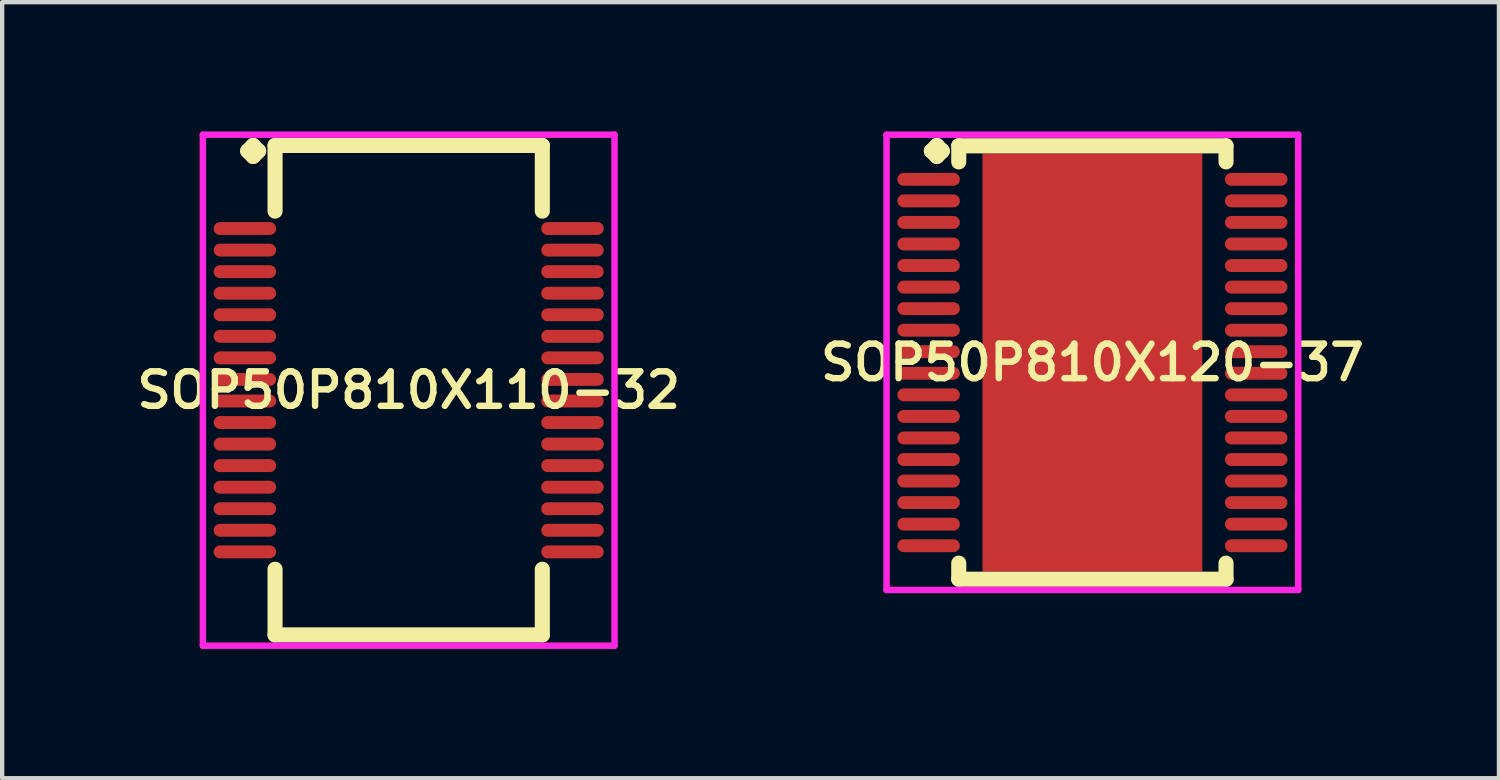
<source format=kicad_pcb>
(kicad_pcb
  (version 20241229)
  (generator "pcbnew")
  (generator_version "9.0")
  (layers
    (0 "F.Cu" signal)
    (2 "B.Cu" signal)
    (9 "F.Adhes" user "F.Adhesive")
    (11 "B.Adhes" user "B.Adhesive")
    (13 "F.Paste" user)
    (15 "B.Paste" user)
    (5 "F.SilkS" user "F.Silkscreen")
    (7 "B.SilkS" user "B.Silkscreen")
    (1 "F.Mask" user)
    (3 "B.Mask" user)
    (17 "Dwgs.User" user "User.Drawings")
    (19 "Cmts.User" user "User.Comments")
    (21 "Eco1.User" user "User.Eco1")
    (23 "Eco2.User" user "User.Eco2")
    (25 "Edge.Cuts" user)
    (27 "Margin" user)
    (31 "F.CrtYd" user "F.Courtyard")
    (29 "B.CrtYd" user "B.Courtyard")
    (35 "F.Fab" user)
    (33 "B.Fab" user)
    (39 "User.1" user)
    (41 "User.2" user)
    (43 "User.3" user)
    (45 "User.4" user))
  (footprint "SOP50P810X110-32"
    (layer "F.Cu")
    (at 6.431 6.002)
    (property "Reference" "SOP50P810X110-32" (at 0 0 0) (layer "F.SilkS") (effects (font (size 0.8 0.8) (thickness 0.15))))
    (attr smd)
    (fp_line (start -3.735 -5.55) (end -3.608 -5.677) (stroke (width 0.35) (type solid)) (layer "F.SilkS"))
    (fp_line (start -3.608 -5.677) (end -3.481 -5.55) (stroke (width 0.35) (type solid)) (layer "F.SilkS"))
    (fp_line (start -3.608 -5.423) (end -3.735 -5.55) (stroke (width 0.35) (type solid)) (layer "F.SilkS"))
    (fp_line (start -3.481 -5.55) (end -3.608 -5.423) (stroke (width 0.35) (type solid)) (layer "F.SilkS"))
    (fp_line (start -3.1 -5.677) (end 3.1 -5.677) (stroke (width 0.35) (type solid)) (layer "F.SilkS"))
    (fp_line (start -3.1 -4.154) (end -3.1 -5.677) (stroke (width 0.35) (type solid)) (layer "F.SilkS"))
    (fp_line (start -3.1 4.154) (end -3.1 5.677) (stroke (width 0.35) (type solid)) (layer "F.SilkS"))
    (fp_line (start -3.1 5.677) (end 3.1 5.677) (stroke (width 0.35) (type solid)) (layer "F.SilkS"))
    (fp_line (start 3.1 -5.677) (end 3.1 -4.154) (stroke (width 0.35) (type solid)) (layer "F.SilkS"))
    (fp_line (start 3.1 5.677) (end 3.1 4.154) (stroke (width 0.35) (type solid)) (layer "F.SilkS"))
    (fp_line (start -4.775 -5.927) (end 4.775 -5.927) (stroke (width 0.15) (type solid)) (layer "F.CrtYd"))
    (fp_line (start -4.775 5.927) (end -4.775 -5.927) (stroke (width 0.15) (type solid)) (layer "F.CrtYd"))
    (fp_line (start 4.775 -5.927) (end 4.775 5.927) (stroke (width 0.15) (type solid)) (layer "F.CrtYd"))
    (fp_line (start 4.775 5.927) (end -4.775 5.927) (stroke (width 0.15) (type solid)) (layer "F.CrtYd"))
    (pad "1" smd oval (at -3.8 -3.75) (size 1.45 0.3) (layers "F.Cu" "F.Mask" "F.Paste"))
    (pad "2" smd oval (at -3.8 -3.25) (size 1.45 0.3) (layers "F.Cu" "F.Mask" "F.Paste"))
    (pad "3" smd oval (at -3.8 -2.75) (size 1.45 0.3) (layers "F.Cu" "F.Mask" "F.Paste"))
    (pad "4" smd oval (at -3.8 -2.25) (size 1.45 0.3) (layers "F.Cu" "F.Mask" "F.Paste"))
    (pad "5" smd oval (at -3.8 -1.75) (size 1.45 0.3) (layers "F.Cu" "F.Mask" "F.Paste"))
    (pad "6" smd oval (at -3.8 -1.25) (size 1.45 0.3) (layers "F.Cu" "F.Mask" "F.Paste"))
    (pad "7" smd oval (at -3.8 -0.75) (size 1.45 0.3) (layers "F.Cu" "F.Mask" "F.Paste"))
    (pad "8" smd oval (at -3.8 -0.25) (size 1.45 0.3) (layers "F.Cu" "F.Mask" "F.Paste"))
    (pad "9" smd oval (at -3.8 0.25) (size 1.45 0.3) (layers "F.Cu" "F.Mask" "F.Paste"))
    (pad "10" smd oval (at -3.8 0.75) (size 1.45 0.3) (layers "F.Cu" "F.Mask" "F.Paste"))
    (pad "11" smd oval (at -3.8 1.25) (size 1.45 0.3) (layers "F.Cu" "F.Mask" "F.Paste"))
    (pad "12" smd oval (at -3.8 1.75) (size 1.45 0.3) (layers "F.Cu" "F.Mask" "F.Paste"))
    (pad "13" smd oval (at -3.8 2.25) (size 1.45 0.3) (layers "F.Cu" "F.Mask" "F.Paste"))
    (pad "14" smd oval (at -3.8 2.75) (size 1.45 0.3) (layers "F.Cu" "F.Mask" "F.Paste"))
    (pad "15" smd oval (at -3.8 3.25) (size 1.45 0.3) (layers "F.Cu" "F.Mask" "F.Paste"))
    (pad "16" smd oval (at -3.8 3.75) (size 1.45 0.3) (layers "F.Cu" "F.Mask" "F.Paste"))
    (pad "17" smd oval (at 3.8 3.75) (size 1.45 0.3) (layers "F.Cu" "F.Mask" "F.Paste"))
    (pad "18" smd oval (at 3.8 3.25) (size 1.45 0.3) (layers "F.Cu" "F.Mask" "F.Paste"))
    (pad "19" smd oval (at 3.8 2.75) (size 1.45 0.3) (layers "F.Cu" "F.Mask" "F.Paste"))
    (pad "20" smd oval (at 3.8 2.25) (size 1.45 0.3) (layers "F.Cu" "F.Mask" "F.Paste"))
    (pad "21" smd oval (at 3.8 1.75) (size 1.45 0.3) (layers "F.Cu" "F.Mask" "F.Paste"))
    (pad "22" smd oval (at 3.8 1.25) (size 1.45 0.3) (layers "F.Cu" "F.Mask" "F.Paste"))
    (pad "23" smd oval (at 3.8 0.75) (size 1.45 0.3) (layers "F.Cu" "F.Mask" "F.Paste"))
    (pad "24" smd oval (at 3.8 0.25) (size 1.45 0.3) (layers "F.Cu" "F.Mask" "F.Paste"))
    (pad "25" smd oval (at 3.8 -0.25) (size 1.45 0.3) (layers "F.Cu" "F.Mask" "F.Paste"))
    (pad "26" smd oval (at 3.8 -0.75) (size 1.45 0.3) (layers "F.Cu" "F.Mask" "F.Paste"))
    (pad "27" smd oval (at 3.8 -1.25) (size 1.45 0.3) (layers "F.Cu" "F.Mask" "F.Paste"))
    (pad "28" smd oval (at 3.8 -1.75) (size 1.45 0.3) (layers "F.Cu" "F.Mask" "F.Paste"))
    (pad "29" smd oval (at 3.8 -2.25) (size 1.45 0.3) (layers "F.Cu" "F.Mask" "F.Paste"))
    (pad "30" smd oval (at 3.8 -2.75) (size 1.45 0.3) (layers "F.Cu" "F.Mask" "F.Paste"))
    (pad "31" smd oval (at 3.8 -3.25) (size 1.45 0.3) (layers "F.Cu" "F.Mask" "F.Paste"))
    (pad "32" smd oval (at 3.8 -3.75) (size 1.45 0.3) (layers "F.Cu" "F.Mask" "F.Paste")))
  (footprint "SOP50P810X120-37"
    (layer "F.Cu")
    (at 22.292 5.36)
    (property "Reference" "SOP50P810X120-37" (at 0 0 0) (layer "F.SilkS") (effects (font (size 0.8 0.8) (thickness 0.15))))
    (attr smd)
    (fp_line (start -3.735 -4.908) (end -3.608 -5.035) (stroke (width 0.35) (type solid)) (layer "F.SilkS"))
    (fp_line (start -3.608 -5.035) (end -3.481 -4.908) (stroke (width 0.35) (type solid)) (layer "F.SilkS"))
    (fp_line (start -3.608 -4.781) (end -3.735 -4.908) (stroke (width 0.35) (type solid)) (layer "F.SilkS"))
    (fp_line (start -3.481 -4.908) (end -3.608 -4.781) (stroke (width 0.35) (type solid)) (layer "F.SilkS"))
    (fp_line (start -3.1 -5.027) (end 3.1 -5.027) (stroke (width 0.35) (type solid)) (layer "F.SilkS"))
    (fp_line (start -3.1 -4.654) (end -3.1 -5.027) (stroke (width 0.35) (type solid)) (layer "F.SilkS"))
    (fp_line (start -3.1 4.654) (end -3.1 5.027) (stroke (width 0.35) (type solid)) (layer "F.SilkS"))
    (fp_line (start -3.1 5.027) (end 3.1 5.027) (stroke (width 0.35) (type solid)) (layer "F.SilkS"))
    (fp_line (start 3.1 -5.027) (end 3.1 -4.654) (stroke (width 0.35) (type solid)) (layer "F.SilkS"))
    (fp_line (start 3.1 5.027) (end 3.1 4.654) (stroke (width 0.35) (type solid)) (layer "F.SilkS"))
    (fp_line (start -4.775 -5.285) (end 4.775 -5.285) (stroke (width 0.15) (type solid)) (layer "F.CrtYd"))
    (fp_line (start -4.775 5.277) (end -4.775 -5.285) (stroke (width 0.15) (type solid)) (layer "F.CrtYd"))
    (fp_line (start 4.775 -5.285) (end 4.775 5.277) (stroke (width 0.15) (type solid)) (layer "F.CrtYd"))
    (fp_line (start 4.775 5.277) (end -4.775 5.277) (stroke (width 0.15) (type solid)) (layer "F.CrtYd"))
    (pad "1" smd oval (at -3.8 -4.25) (size 1.45 0.3) (layers "F.Cu" "F.Mask" "F.Paste"))
    (pad "2" smd oval (at -3.8 -3.75) (size 1.45 0.3) (layers "F.Cu" "F.Mask" "F.Paste"))
    (pad "3" smd oval (at -3.8 -3.25) (size 1.45 0.3) (layers "F.Cu" "F.Mask" "F.Paste"))
    (pad "4" smd oval (at -3.8 -2.75) (size 1.45 0.3) (layers "F.Cu" "F.Mask" "F.Paste"))
    (pad "5" smd oval (at -3.8 -2.25) (size 1.45 0.3) (layers "F.Cu" "F.Mask" "F.Paste"))
    (pad "6" smd oval (at -3.8 -1.75) (size 1.45 0.3) (layers "F.Cu" "F.Mask" "F.Paste"))
    (pad "7" smd oval (at -3.8 -1.25) (size 1.45 0.3) (layers "F.Cu" "F.Mask" "F.Paste"))
    (pad "8" smd oval (at -3.8 -0.75) (size 1.45 0.3) (layers "F.Cu" "F.Mask" "F.Paste"))
    (pad "9" smd oval (at -3.8 -0.25) (size 1.45 0.3) (layers "F.Cu" "F.Mask" "F.Paste"))
    (pad "10" smd oval (at -3.8 0.25) (size 1.45 0.3) (layers "F.Cu" "F.Mask" "F.Paste"))
    (pad "11" smd oval (at -3.8 0.75) (size 1.45 0.3) (layers "F.Cu" "F.Mask" "F.Paste"))
    (pad "12" smd oval (at -3.8 1.25) (size 1.45 0.3) (layers "F.Cu" "F.Mask" "F.Paste"))
    (pad "13" smd oval (at -3.8 1.75) (size 1.45 0.3) (layers "F.Cu" "F.Mask" "F.Paste"))
    (pad "14" smd oval (at -3.8 2.25) (size 1.45 0.3) (layers "F.Cu" "F.Mask" "F.Paste"))
    (pad "15" smd oval (at -3.8 2.75) (size 1.45 0.3) (layers "F.Cu" "F.Mask" "F.Paste"))
    (pad "16" smd oval (at -3.8 3.25) (size 1.45 0.3) (layers "F.Cu" "F.Mask" "F.Paste"))
    (pad "17" smd oval (at -3.8 3.75) (size 1.45 0.3) (layers "F.Cu" "F.Mask" "F.Paste"))
    (pad "18" smd oval (at -3.8 4.25) (size 1.45 0.3) (layers "F.Cu" "F.Mask" "F.Paste"))
    (pad "19" smd oval (at 3.8 4.25) (size 1.45 0.3) (layers "F.Cu" "F.Mask" "F.Paste"))
    (pad "20" smd oval (at 3.8 3.75) (size 1.45 0.3) (layers "F.Cu" "F.Mask" "F.Paste"))
    (pad "21" smd oval (at 3.8 3.25) (size 1.45 0.3) (layers "F.Cu" "F.Mask" "F.Paste"))
    (pad "22" smd oval (at 3.8 2.75) (size 1.45 0.3) (layers "F.Cu" "F.Mask" "F.Paste"))
    (pad "23" smd oval (at 3.8 2.25) (size 1.45 0.3) (layers "F.Cu" "F.Mask" "F.Paste"))
    (pad "24" smd oval (at 3.8 1.75) (size 1.45 0.3) (layers "F.Cu" "F.Mask" "F.Paste"))
    (pad "25" smd oval (at 3.8 1.25) (size 1.45 0.3) (layers "F.Cu" "F.Mask" "F.Paste"))
    (pad "26" smd oval (at 3.8 0.75) (size 1.45 0.3) (layers "F.Cu" "F.Mask" "F.Paste"))
    (pad "27" smd oval (at 3.8 0.25) (size 1.45 0.3) (layers "F.Cu" "F.Mask" "F.Paste"))
    (pad "28" smd oval (at 3.8 -0.25) (size 1.45 0.3) (layers "F.Cu" "F.Mask" "F.Paste"))
    (pad "29" smd oval (at 3.8 -0.75) (size 1.45 0.3) (layers "F.Cu" "F.Mask" "F.Paste"))
    (pad "30" smd oval (at 3.8 -1.25) (size 1.45 0.3) (layers "F.Cu" "F.Mask" "F.Paste"))
    (pad "31" smd oval (at 3.8 -1.75) (size 1.45 0.3) (layers "F.Cu" "F.Mask" "F.Paste"))
    (pad "32" smd oval (at 3.8 -2.25) (size 1.45 0.3) (layers "F.Cu" "F.Mask" "F.Paste"))
    (pad "33" smd oval (at 3.8 -2.75) (size 1.45 0.3) (layers "F.Cu" "F.Mask" "F.Paste"))
    (pad "34" smd oval (at 3.8 -3.25) (size 1.45 0.3) (layers "F.Cu" "F.Mask" "F.Paste"))
    (pad "35" smd oval (at 3.8 -3.75) (size 1.45 0.3) (layers "F.Cu" "F.Mask" "F.Paste"))
    (pad "36" smd oval (at 3.8 -4.25) (size 1.45 0.3) (layers "F.Cu" "F.Mask" "F.Paste"))
    (pad "37" smd rect (at 0 0) (size 5.1 9.7) (layers "F.Cu" "F.Mask" "F.Paste")))
  (gr_rect
    (start -3 -3)
    (end 31.723 15.004)
    (stroke (width 0.1) (type default))
    (fill no)
    (layer "Edge.Cuts")))
</source>
